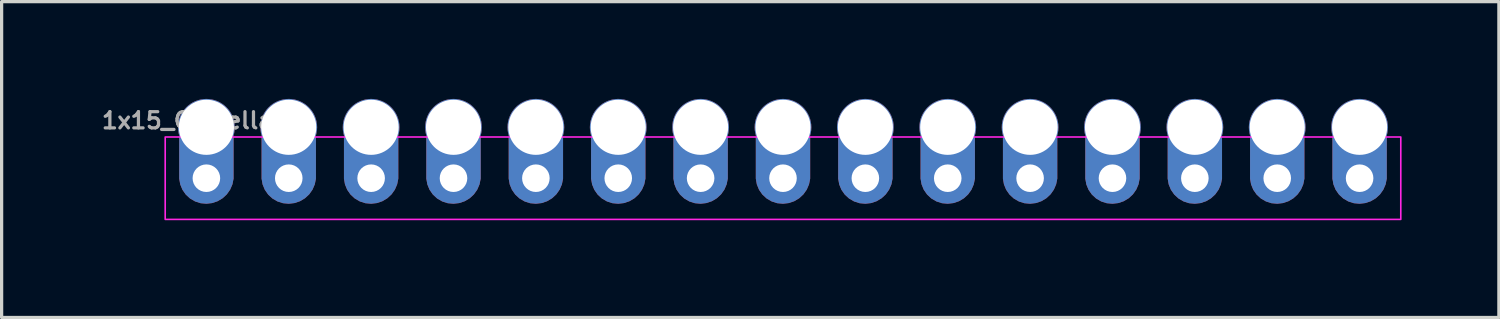
<source format=kicad_pcb>
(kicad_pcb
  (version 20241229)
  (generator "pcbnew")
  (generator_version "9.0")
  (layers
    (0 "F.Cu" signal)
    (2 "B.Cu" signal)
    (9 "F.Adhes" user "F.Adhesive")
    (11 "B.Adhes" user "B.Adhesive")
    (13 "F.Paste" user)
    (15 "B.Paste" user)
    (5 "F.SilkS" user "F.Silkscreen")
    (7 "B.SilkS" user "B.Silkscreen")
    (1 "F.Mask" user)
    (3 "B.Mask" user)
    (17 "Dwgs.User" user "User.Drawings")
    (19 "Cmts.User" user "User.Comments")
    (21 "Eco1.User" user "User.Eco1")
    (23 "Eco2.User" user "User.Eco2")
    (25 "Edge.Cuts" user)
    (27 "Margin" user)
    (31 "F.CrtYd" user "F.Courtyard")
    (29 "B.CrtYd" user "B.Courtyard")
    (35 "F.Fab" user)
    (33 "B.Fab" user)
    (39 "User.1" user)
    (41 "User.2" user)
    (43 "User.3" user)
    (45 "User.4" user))
  (footprint "1x15_Castellated"
    (layer "F.Cu")
    (at 3.314 2.445)
    (property "Reference" "1x15_Castellated" (at 0 -1.778 180) (layer "F.Fab") (effects (font (size 0.5 0.5) (thickness 0.1))))
    (fp_rect (start -1.27 -1.27) (end 36.83 1.27) (stroke (width 0.05) (type default)) (fill no) (layer "F.CrtYd"))
    (fp_rect (start -0.254 -0.254) (end 0.254 0.254) (stroke (width 0.1) (type default)) (fill no) (layer "F.Fab"))
    (fp_rect (start 2.286 -0.254) (end 2.794 0.254) (stroke (width 0.1) (type default)) (fill no) (layer "F.Fab"))
    (fp_rect (start 4.826 -0.254) (end 5.334 0.254) (stroke (width 0.1) (type default)) (fill no) (layer "F.Fab"))
    (fp_rect (start 7.366 -0.254) (end 7.874 0.254) (stroke (width 0.1) (type default)) (fill no) (layer "F.Fab"))
    (fp_rect (start 9.906 -0.254) (end 10.414 0.254) (stroke (width 0.1) (type default)) (fill no) (layer "F.Fab"))
    (fp_rect (start 12.446 -0.254) (end 12.954 0.254) (stroke (width 0.1) (type default)) (fill no) (layer "F.Fab"))
    (fp_rect (start 14.986 -0.254) (end 15.494 0.254) (stroke (width 0.1) (type default)) (fill no) (layer "F.Fab"))
    (fp_rect (start 17.526 -0.254) (end 18.034 0.254) (stroke (width 0.1) (type default)) (fill no) (layer "F.Fab"))
    (fp_rect (start 20.066 -0.254) (end 20.574 0.254) (stroke (width 0.1) (type default)) (fill no) (layer "F.Fab"))
    (fp_rect (start 22.606 -0.254) (end 23.114 0.254) (stroke (width 0.1) (type default)) (fill no) (layer "F.Fab"))
    (fp_rect (start 25.146 -0.254) (end 25.654 0.254) (stroke (width 0.1) (type default)) (fill no) (layer "F.Fab"))
    (fp_rect (start 27.686 -0.254) (end 28.194 0.254) (stroke (width 0.1) (type default)) (fill no) (layer "F.Fab"))
    (fp_rect (start 30.226 -0.254) (end 30.734 0.254) (stroke (width 0.1) (type default)) (fill no) (layer "F.Fab"))
    (fp_rect (start 32.766 -0.254) (end 33.274 0.254) (stroke (width 0.1) (type default)) (fill no) (layer "F.Fab"))
    (fp_rect (start 35.306 -0.254) (end 35.814 0.254) (stroke (width 0.1) (type default)) (fill no) (layer "F.Fab"))
    (pad "1" thru_hole circle (at 0 -1.57 270) (size 1.75 1.75) (drill 1.7) (layers "*.Cu" "*.Mask") (remove_unused_layers yes) (keep_end_layers yes) (zone_layer_connections))
    (pad "1" thru_hole custom (at 0 0 90) (size 1.016 1.016) (drill 0.85) (layers "*.Cu" "*.Mask") (remove_unused_layers yes) (keep_end_layers yes) (zone_layer_connections) (options (anchor circle)) (primitives (gr_poly (pts (xy -0.189 0.803) (xy -0.352 0.733) (xy -0.498 0.63) (xy -0.619 0.499) (xy -0.71 0.346) (xy -0.767 0.177) (xy -0.787 0.001) (xy -0.787 -0.001) (xy -0.771 -0.179) (xy -0.716 -0.349) (xy -0.625 -0.505) (xy -0.504 -0.636) (xy -0.356 -0.739) (xy -0.19 -0.807) (xy -0.014 -0.838) (xy 1.27 -0.838) (xy 1.27 0.838) (xy -0.014 0.838)) (width 0) (fill yes))))
    (pad "2" thru_hole circle (at 2.54 -1.57 270) (size 1.75 1.75) (drill 1.7) (layers "*.Cu" "*.Mask") (remove_unused_layers yes) (keep_end_layers yes) (zone_layer_connections))
    (pad "2" thru_hole custom (at 2.54 0 90) (size 1.016 1.016) (drill 0.85) (layers "*.Cu" "*.Mask") (remove_unused_layers yes) (keep_end_layers yes) (zone_layer_connections) (options (anchor circle)) (primitives (gr_poly (pts (xy -0.189 0.803) (xy -0.352 0.733) (xy -0.498 0.63) (xy -0.619 0.499) (xy -0.71 0.346) (xy -0.767 0.177) (xy -0.787 0.001) (xy -0.787 -0.001) (xy -0.771 -0.179) (xy -0.716 -0.349) (xy -0.625 -0.505) (xy -0.504 -0.636) (xy -0.356 -0.739) (xy -0.19 -0.807) (xy -0.014 -0.838) (xy 1.27 -0.838) (xy 1.27 0.838) (xy -0.014 0.838)) (width 0) (fill yes))))
    (pad "3" thru_hole circle (at 5.08 -1.57 270) (size 1.75 1.75) (drill 1.7) (layers "*.Cu" "*.Mask") (remove_unused_layers yes) (keep_end_layers yes) (zone_layer_connections))
    (pad "3" thru_hole custom (at 5.08 0 90) (size 1.016 1.016) (drill 0.85) (layers "*.Cu" "*.Mask") (remove_unused_layers yes) (keep_end_layers yes) (zone_layer_connections) (options (anchor circle)) (primitives (gr_poly (pts (xy -0.189 0.803) (xy -0.352 0.733) (xy -0.498 0.63) (xy -0.619 0.499) (xy -0.71 0.346) (xy -0.767 0.177) (xy -0.787 0.001) (xy -0.787 -0.001) (xy -0.771 -0.179) (xy -0.716 -0.349) (xy -0.625 -0.505) (xy -0.504 -0.636) (xy -0.356 -0.739) (xy -0.19 -0.807) (xy -0.014 -0.838) (xy 1.27 -0.838) (xy 1.27 0.838) (xy -0.014 0.838)) (width 0) (fill yes))))
    (pad "4" thru_hole circle (at 7.62 -1.57 270) (size 1.75 1.75) (drill 1.7) (layers "*.Cu" "*.Mask") (remove_unused_layers yes) (keep_end_layers yes) (zone_layer_connections))
    (pad "4" thru_hole custom (at 7.62 0 90) (size 1.016 1.016) (drill 0.85) (layers "*.Cu" "*.Mask") (remove_unused_layers yes) (keep_end_layers yes) (zone_layer_connections) (options (anchor circle)) (primitives (gr_poly (pts (xy -0.189 0.803) (xy -0.352 0.733) (xy -0.498 0.63) (xy -0.619 0.499) (xy -0.71 0.346) (xy -0.767 0.177) (xy -0.787 0.001) (xy -0.787 -0.001) (xy -0.771 -0.179) (xy -0.716 -0.349) (xy -0.625 -0.505) (xy -0.504 -0.636) (xy -0.356 -0.739) (xy -0.19 -0.807) (xy -0.014 -0.838) (xy 1.27 -0.838) (xy 1.27 0.838) (xy -0.014 0.838)) (width 0) (fill yes))))
    (pad "5" thru_hole circle (at 10.16 -1.57 270) (size 1.75 1.75) (drill 1.7) (layers "*.Cu" "*.Mask") (remove_unused_layers yes) (keep_end_layers yes) (zone_layer_connections))
    (pad "5" thru_hole custom (at 10.16 0 90) (size 1.016 1.016) (drill 0.85) (layers "*.Cu" "*.Mask") (remove_unused_layers yes) (keep_end_layers yes) (zone_layer_connections) (options (anchor circle)) (primitives (gr_poly (pts (xy -0.189 0.803) (xy -0.352 0.733) (xy -0.498 0.63) (xy -0.619 0.499) (xy -0.71 0.346) (xy -0.767 0.177) (xy -0.787 0.001) (xy -0.787 -0.001) (xy -0.771 -0.179) (xy -0.716 -0.349) (xy -0.625 -0.505) (xy -0.504 -0.636) (xy -0.356 -0.739) (xy -0.19 -0.807) (xy -0.014 -0.838) (xy 1.27 -0.838) (xy 1.27 0.838) (xy -0.014 0.838)) (width 0) (fill yes))))
    (pad "6" thru_hole circle (at 12.7 -1.57 270) (size 1.75 1.75) (drill 1.7) (layers "*.Cu" "*.Mask") (remove_unused_layers yes) (keep_end_layers yes) (zone_layer_connections))
    (pad "6" thru_hole custom (at 12.7 0 90) (size 1.016 1.016) (drill 0.85) (layers "*.Cu" "*.Mask") (remove_unused_layers yes) (keep_end_layers yes) (zone_layer_connections) (options (anchor circle)) (primitives (gr_poly (pts (xy -0.189 0.803) (xy -0.352 0.733) (xy -0.498 0.63) (xy -0.619 0.499) (xy -0.71 0.346) (xy -0.767 0.177) (xy -0.787 0.001) (xy -0.787 -0.001) (xy -0.771 -0.179) (xy -0.716 -0.349) (xy -0.625 -0.505) (xy -0.504 -0.636) (xy -0.356 -0.739) (xy -0.19 -0.807) (xy -0.014 -0.838) (xy 1.27 -0.838) (xy 1.27 0.838) (xy -0.014 0.838)) (width 0) (fill yes))))
    (pad "7" thru_hole circle (at 15.24 -1.57 270) (size 1.75 1.75) (drill 1.7) (layers "*.Cu" "*.Mask") (remove_unused_layers yes) (keep_end_layers yes) (zone_layer_connections))
    (pad "7" thru_hole custom (at 15.24 0 90) (size 1.016 1.016) (drill 0.85) (layers "*.Cu" "*.Mask") (remove_unused_layers yes) (keep_end_layers yes) (zone_layer_connections) (options (anchor circle)) (primitives (gr_poly (pts (xy -0.189 0.803) (xy -0.352 0.733) (xy -0.498 0.63) (xy -0.619 0.499) (xy -0.71 0.346) (xy -0.767 0.177) (xy -0.787 0.001) (xy -0.787 -0.001) (xy -0.771 -0.179) (xy -0.716 -0.349) (xy -0.625 -0.505) (xy -0.504 -0.636) (xy -0.356 -0.739) (xy -0.19 -0.807) (xy -0.014 -0.838) (xy 1.27 -0.838) (xy 1.27 0.838) (xy -0.014 0.838)) (width 0) (fill yes))))
    (pad "8" thru_hole circle (at 17.78 -1.57 270) (size 1.75 1.75) (drill 1.7) (layers "*.Cu" "*.Mask") (remove_unused_layers yes) (keep_end_layers yes) (zone_layer_connections))
    (pad "8" thru_hole custom (at 17.78 0 90) (size 1.016 1.016) (drill 0.85) (layers "*.Cu" "*.Mask") (remove_unused_layers yes) (keep_end_layers yes) (zone_layer_connections) (options (anchor circle)) (primitives (gr_poly (pts (xy -0.189 0.803) (xy -0.352 0.733) (xy -0.498 0.63) (xy -0.619 0.499) (xy -0.71 0.346) (xy -0.767 0.177) (xy -0.787 0.001) (xy -0.787 -0.001) (xy -0.771 -0.179) (xy -0.716 -0.349) (xy -0.625 -0.505) (xy -0.504 -0.636) (xy -0.356 -0.739) (xy -0.19 -0.807) (xy -0.014 -0.838) (xy 1.27 -0.838) (xy 1.27 0.838) (xy -0.014 0.838)) (width 0) (fill yes))))
    (pad "9" thru_hole circle (at 20.32 -1.57 270) (size 1.75 1.75) (drill 1.7) (layers "*.Cu" "*.Mask") (remove_unused_layers yes) (keep_end_layers yes) (zone_layer_connections))
    (pad "9" thru_hole custom (at 20.32 0 90) (size 1.016 1.016) (drill 0.85) (layers "*.Cu" "*.Mask") (remove_unused_layers yes) (keep_end_layers yes) (zone_layer_connections) (options (anchor circle)) (primitives (gr_poly (pts (xy -0.189 0.803) (xy -0.352 0.733) (xy -0.498 0.63) (xy -0.619 0.499) (xy -0.71 0.346) (xy -0.767 0.177) (xy -0.787 0.001) (xy -0.787 -0.001) (xy -0.771 -0.179) (xy -0.716 -0.349) (xy -0.625 -0.505) (xy -0.504 -0.636) (xy -0.356 -0.739) (xy -0.19 -0.807) (xy -0.014 -0.838) (xy 1.27 -0.838) (xy 1.27 0.838) (xy -0.014 0.838)) (width 0) (fill yes))))
    (pad "10" thru_hole circle (at 22.86 -1.57 270) (size 1.75 1.75) (drill 1.7) (layers "*.Cu" "*.Mask") (remove_unused_layers yes) (keep_end_layers yes) (zone_layer_connections))
    (pad "10" thru_hole custom (at 22.86 0 90) (size 1.016 1.016) (drill 0.85) (layers "*.Cu" "*.Mask") (remove_unused_layers yes) (keep_end_layers yes) (zone_layer_connections) (options (anchor circle)) (primitives (gr_poly (pts (xy -0.189 0.803) (xy -0.352 0.733) (xy -0.498 0.63) (xy -0.619 0.499) (xy -0.71 0.346) (xy -0.767 0.177) (xy -0.787 0.001) (xy -0.787 -0.001) (xy -0.771 -0.179) (xy -0.716 -0.349) (xy -0.625 -0.505) (xy -0.504 -0.636) (xy -0.356 -0.739) (xy -0.19 -0.807) (xy -0.014 -0.838) (xy 1.27 -0.838) (xy 1.27 0.838) (xy -0.014 0.838)) (width 0) (fill yes))))
    (pad "11" thru_hole circle (at 25.4 -1.57 270) (size 1.75 1.75) (drill 1.7) (layers "*.Cu" "*.Mask") (remove_unused_layers yes) (keep_end_layers yes) (zone_layer_connections))
    (pad "11" thru_hole custom (at 25.4 0 90) (size 1.016 1.016) (drill 0.85) (layers "*.Cu" "*.Mask") (remove_unused_layers yes) (keep_end_layers yes) (zone_layer_connections) (options (anchor circle)) (primitives (gr_poly (pts (xy -0.189 0.803) (xy -0.352 0.733) (xy -0.498 0.63) (xy -0.619 0.499) (xy -0.71 0.346) (xy -0.767 0.177) (xy -0.787 0.001) (xy -0.787 -0.001) (xy -0.771 -0.179) (xy -0.716 -0.349) (xy -0.625 -0.505) (xy -0.504 -0.636) (xy -0.356 -0.739) (xy -0.19 -0.807) (xy -0.014 -0.838) (xy 1.27 -0.838) (xy 1.27 0.838) (xy -0.014 0.838)) (width 0) (fill yes))))
    (pad "12" thru_hole circle (at 27.94 -1.57 270) (size 1.75 1.75) (drill 1.7) (layers "*.Cu" "*.Mask") (remove_unused_layers yes) (keep_end_layers yes) (zone_layer_connections))
    (pad "12" thru_hole custom (at 27.94 0 90) (size 1.016 1.016) (drill 0.85) (layers "*.Cu" "*.Mask") (remove_unused_layers yes) (keep_end_layers yes) (zone_layer_connections) (options (anchor circle)) (primitives (gr_poly (pts (xy -0.189 0.803) (xy -0.352 0.733) (xy -0.498 0.63) (xy -0.619 0.499) (xy -0.71 0.346) (xy -0.767 0.177) (xy -0.787 0.001) (xy -0.787 -0.001) (xy -0.771 -0.179) (xy -0.716 -0.349) (xy -0.625 -0.505) (xy -0.504 -0.636) (xy -0.356 -0.739) (xy -0.19 -0.807) (xy -0.014 -0.838) (xy 1.27 -0.838) (xy 1.27 0.838) (xy -0.014 0.838)) (width 0) (fill yes))))
    (pad "13" thru_hole circle (at 30.48 -1.57 270) (size 1.75 1.75) (drill 1.7) (layers "*.Cu" "*.Mask") (remove_unused_layers yes) (keep_end_layers yes) (zone_layer_connections))
    (pad "13" thru_hole custom (at 30.48 0 90) (size 1.016 1.016) (drill 0.85) (layers "*.Cu" "*.Mask") (remove_unused_layers yes) (keep_end_layers yes) (zone_layer_connections) (options (anchor circle)) (primitives (gr_poly (pts (xy -0.189 0.803) (xy -0.352 0.733) (xy -0.498 0.63) (xy -0.619 0.499) (xy -0.71 0.346) (xy -0.767 0.177) (xy -0.787 0.001) (xy -0.787 -0.001) (xy -0.771 -0.179) (xy -0.716 -0.349) (xy -0.625 -0.505) (xy -0.504 -0.636) (xy -0.356 -0.739) (xy -0.19 -0.807) (xy -0.014 -0.838) (xy 1.27 -0.838) (xy 1.27 0.838) (xy -0.014 0.838)) (width 0) (fill yes))))
    (pad "14" thru_hole circle (at 33.02 -1.57 270) (size 1.75 1.75) (drill 1.7) (layers "*.Cu" "*.Mask") (remove_unused_layers yes) (keep_end_layers yes) (zone_layer_connections))
    (pad "14" thru_hole custom (at 33.02 0 90) (size 1.016 1.016) (drill 0.85) (layers "*.Cu" "*.Mask") (remove_unused_layers yes) (keep_end_layers yes) (zone_layer_connections) (options (anchor circle)) (primitives (gr_poly (pts (xy -0.189 0.803) (xy -0.352 0.733) (xy -0.498 0.63) (xy -0.619 0.499) (xy -0.71 0.346) (xy -0.767 0.177) (xy -0.787 0.001) (xy -0.787 -0.001) (xy -0.771 -0.179) (xy -0.716 -0.349) (xy -0.625 -0.505) (xy -0.504 -0.636) (xy -0.356 -0.739) (xy -0.19 -0.807) (xy -0.014 -0.838) (xy 1.27 -0.838) (xy 1.27 0.838) (xy -0.014 0.838)) (width 0) (fill yes))))
    (pad "15" thru_hole circle (at 35.56 -1.57 270) (size 1.75 1.75) (drill 1.7) (layers "*.Cu" "*.Mask") (remove_unused_layers yes) (keep_end_layers yes) (zone_layer_connections))
    (pad "15" thru_hole custom (at 35.56 0 90) (size 1.016 1.016) (drill 0.85) (layers "*.Cu" "*.Mask") (remove_unused_layers yes) (keep_end_layers yes) (zone_layer_connections) (options (anchor circle)) (primitives (gr_poly (pts (xy -0.189 0.803) (xy -0.352 0.733) (xy -0.498 0.63) (xy -0.619 0.499) (xy -0.71 0.346) (xy -0.767 0.177) (xy -0.787 0.001) (xy -0.787 -0.001) (xy -0.771 -0.179) (xy -0.716 -0.349) (xy -0.625 -0.505) (xy -0.504 -0.636) (xy -0.356 -0.739) (xy -0.19 -0.807) (xy -0.014 -0.838) (xy 1.27 -0.838) (xy 1.27 0.838) (xy -0.014 0.838)) (width 0) (fill yes)))))
  (gr_rect
    (start -3 -3)
    (end 43.169 6.74)
    (stroke (width 0.1) (type default))
    (fill no)
    (layer "Edge.Cuts")))
</source>
